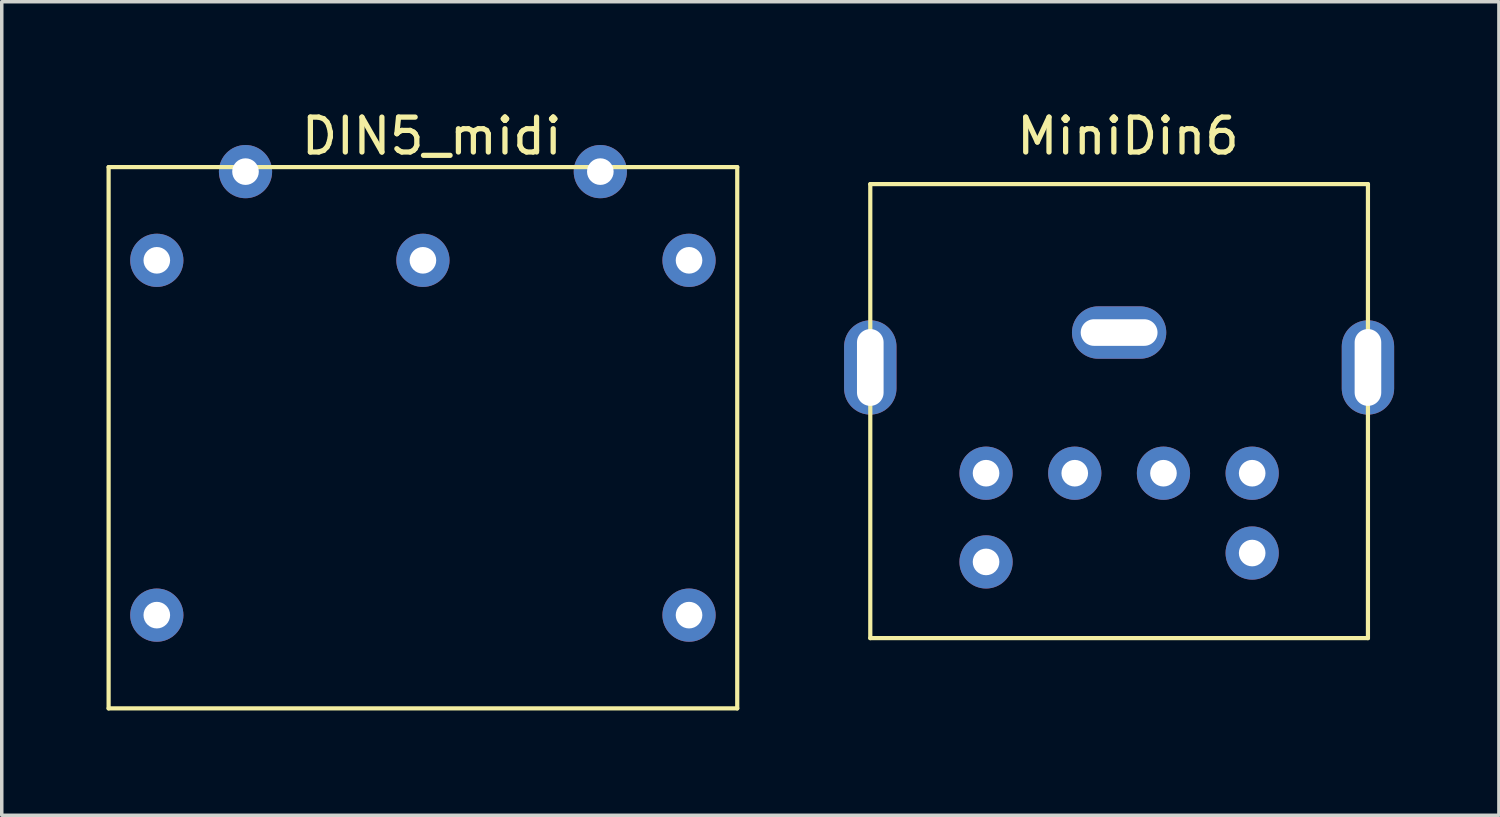
<source format=kicad_pcb>
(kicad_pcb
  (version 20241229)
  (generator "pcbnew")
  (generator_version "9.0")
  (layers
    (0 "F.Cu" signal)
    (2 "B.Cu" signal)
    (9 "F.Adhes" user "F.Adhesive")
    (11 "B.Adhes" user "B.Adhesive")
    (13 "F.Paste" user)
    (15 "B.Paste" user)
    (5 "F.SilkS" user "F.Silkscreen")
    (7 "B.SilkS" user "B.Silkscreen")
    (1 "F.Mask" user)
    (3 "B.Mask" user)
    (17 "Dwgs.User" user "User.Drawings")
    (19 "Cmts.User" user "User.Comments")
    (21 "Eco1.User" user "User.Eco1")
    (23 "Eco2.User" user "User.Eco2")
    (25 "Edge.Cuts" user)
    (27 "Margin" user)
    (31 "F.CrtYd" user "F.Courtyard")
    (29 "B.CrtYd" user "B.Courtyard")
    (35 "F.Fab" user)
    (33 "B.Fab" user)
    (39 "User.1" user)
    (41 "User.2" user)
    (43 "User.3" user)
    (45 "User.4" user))
  (footprint "MiniDin6"
    (layer "F.Cu")
    (at 28.995 8.722)
    (property "Reference" "MiniDin6" (at 0.254 -7.874 0) (layer "F.SilkS") (effects (font (size 1 1) (thickness 0.15))))
    (attr through_hole)
    (fp_line (start -7.125 -6.5) (end 7.125 -6.5) (stroke (width 0.12) (type solid)) (layer "F.SilkS"))
    (fp_line (start -7.125 6.5) (end -7.125 -6.5) (stroke (width 0.12) (type solid)) (layer "F.SilkS"))
    (fp_line (start -7.125 6.5) (end 7.125 6.5) (stroke (width 0.12) (type solid)) (layer "F.SilkS"))
    (fp_line (start 7.125 -6.5) (end 7.125 6.5) (stroke (width 0.12) (type solid)) (layer "F.SilkS"))
    (pad "1" thru_hole circle (at -3.81 4.318) (size 1.524 1.524) (drill 0.762) (layers "*.Cu" "*.Mask"))
    (pad "2" thru_hole circle (at -3.81 1.778) (size 1.524 1.524) (drill 0.762) (layers "*.Cu" "*.Mask"))
    (pad "3" thru_hole circle (at -1.27 1.778) (size 1.524 1.524) (drill 0.762) (layers "*.Cu" "*.Mask"))
    (pad "4" thru_hole circle (at 3.81 1.778) (size 1.524 1.524) (drill 0.762) (layers "*.Cu" "*.Mask"))
    (pad "5" thru_hole circle (at 3.81 4.064) (size 1.524 1.524) (drill 0.762) (layers "*.Cu" "*.Mask"))
    (pad "6" thru_hole circle (at 1.27 1.778) (size 1.524 1.524) (drill 0.762) (layers "*.Cu" "*.Mask"))
    (pad "7" thru_hole oval (at -7.125 -1.25) (size 1.5 2.7) (drill oval 0.762 2.2) (layers "*.Cu" "*.Mask"))
    (pad "8" thru_hole oval (at 7.125 -1.25) (size 1.5 2.7) (drill oval 0.762 2.2) (layers "*.Cu" "*.Mask"))
    (pad "9" thru_hole oval (at 0 -2.25) (size 2.7 1.5) (drill oval 2.2 0.762) (layers "*.Cu" "*.Mask")))
  (footprint "DIN5_midi"
    (layer "F.Cu")
    (at 9.06 9.484)
    (property "Reference" "DIN5_midi" (at 0.254 -8.636 0) (layer "F.SilkS") (effects (font (size 1 1) (thickness 0.15))))
    (attr through_hole)
    (fp_line (start -9 -7.75) (end 9 -7.75) (stroke (width 0.12) (type solid)) (layer "F.SilkS"))
    (fp_line (start -9 7.75) (end -9 -7.75) (stroke (width 0.12) (type solid)) (layer "F.SilkS"))
    (fp_line (start 9 -7.75) (end 9 7.75) (stroke (width 0.12) (type solid)) (layer "F.SilkS"))
    (fp_line (start 9 7.75) (end -9 7.75) (stroke (width 0.12) (type solid)) (layer "F.SilkS"))
    (pad "1" thru_hole circle (at -7.62 -5.08) (size 1.524 1.524) (drill 0.762) (layers "*.Cu" "*.Mask"))
    (pad "2" thru_hole circle (at 0 -5.08) (size 1.524 1.524) (drill 0.762) (layers "*.Cu" "*.Mask"))
    (pad "3" thru_hole circle (at 7.62 -5.08) (size 1.524 1.524) (drill 0.762) (layers "*.Cu" "*.Mask"))
    (pad "4" thru_hole circle (at -5.08 -7.62) (size 1.524 1.524) (drill 0.762) (layers "*.Cu" "*.Mask"))
    (pad "5" thru_hole circle (at 5.08 -7.62) (size 1.524 1.524) (drill 0.762) (layers "*.Cu" "*.Mask"))
    (pad "6" thru_hole circle (at -7.62 5.08) (size 1.524 1.524) (drill 0.762) (layers "*.Cu" "*.Mask"))
    (pad "7" thru_hole circle (at 7.62 5.08) (size 1.524 1.524) (drill 0.762) (layers "*.Cu" "*.Mask")))
  (gr_rect
    (start -3 -3)
    (end 39.87 20.294)
    (stroke (width 0.1) (type default))
    (fill no)
    (layer "Edge.Cuts")))
</source>
